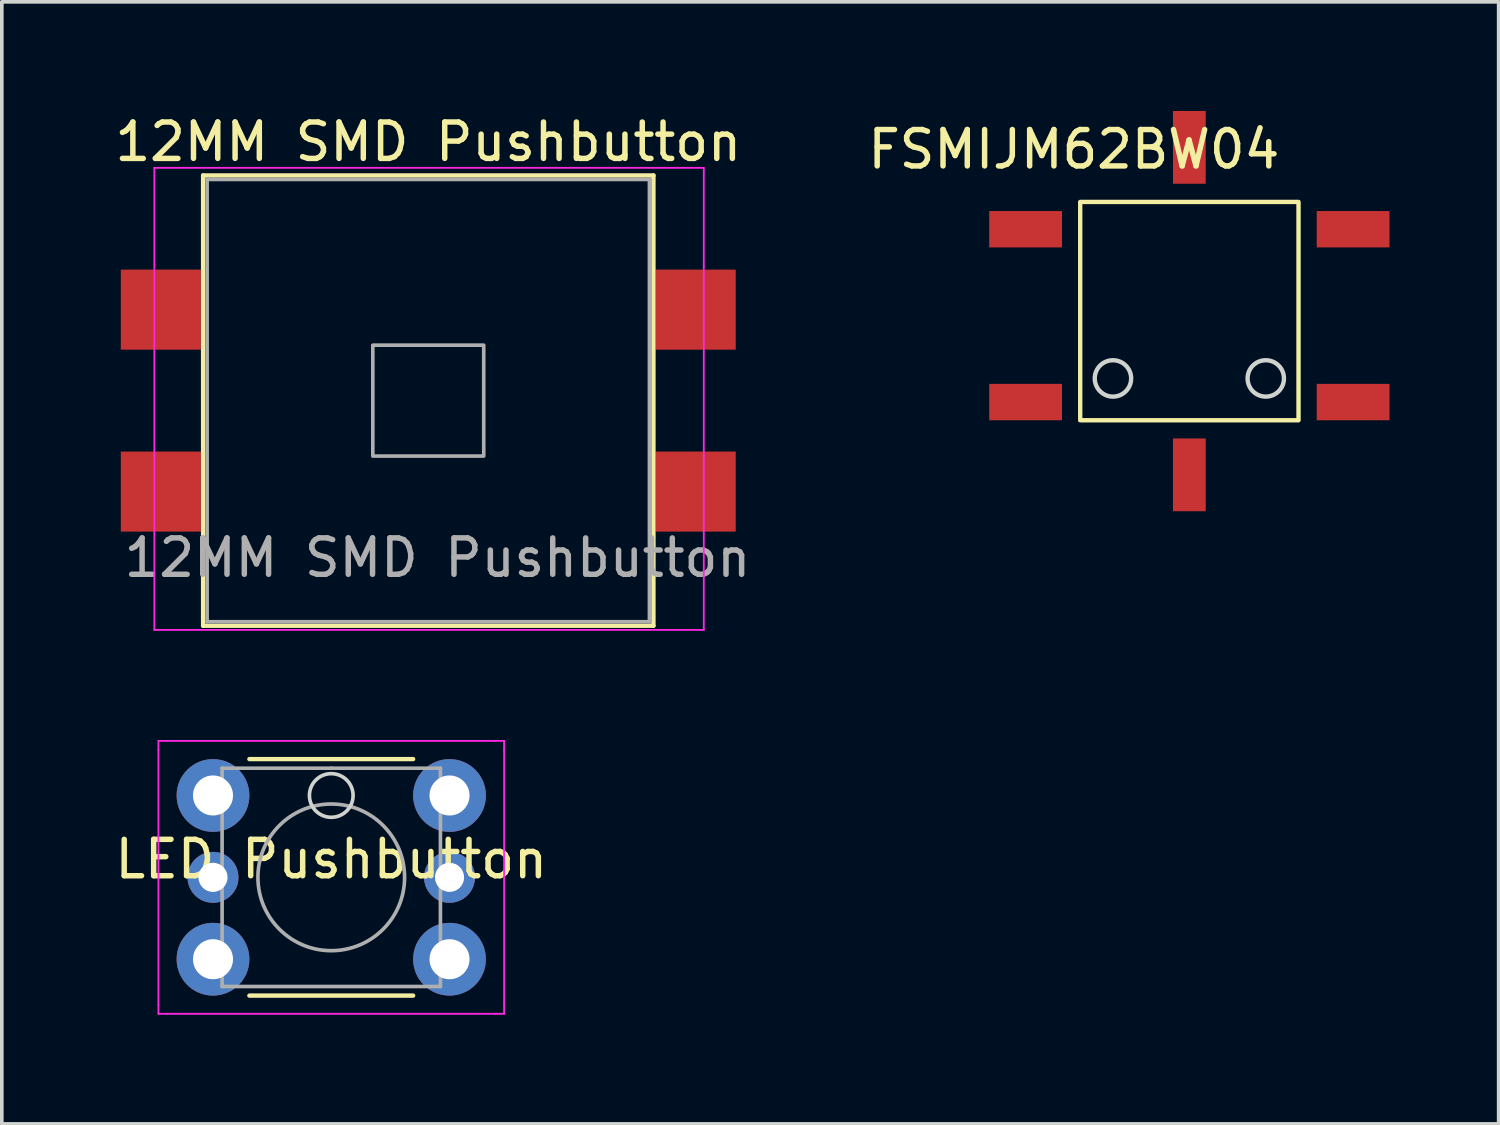
<source format=kicad_pcb>
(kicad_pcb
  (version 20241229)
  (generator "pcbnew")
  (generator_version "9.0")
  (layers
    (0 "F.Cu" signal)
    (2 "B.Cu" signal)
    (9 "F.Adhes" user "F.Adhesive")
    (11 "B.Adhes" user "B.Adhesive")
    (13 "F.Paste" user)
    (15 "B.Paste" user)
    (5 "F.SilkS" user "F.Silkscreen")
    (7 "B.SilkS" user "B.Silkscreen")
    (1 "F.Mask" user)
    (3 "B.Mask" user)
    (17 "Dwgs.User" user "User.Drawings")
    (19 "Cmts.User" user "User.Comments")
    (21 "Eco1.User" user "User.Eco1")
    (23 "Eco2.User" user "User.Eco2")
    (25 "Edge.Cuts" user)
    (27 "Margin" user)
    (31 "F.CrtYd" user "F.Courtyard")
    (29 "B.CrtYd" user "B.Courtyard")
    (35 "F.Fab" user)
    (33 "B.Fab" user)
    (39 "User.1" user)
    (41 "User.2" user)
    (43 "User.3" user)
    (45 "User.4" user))
  (footprint "LED Pushbutton"
    (layer "F.Cu")
    (at 6.054 21.062)
    (property "Reference" "LED Pushbutton" (at 0 -0.5 0) (unlocked yes) (layer "F.SilkS") (effects (font (size 1 1) (thickness 0.15))))
    (attr smd)
    (fp_line (start -2.25 3.25) (end 2.25 3.25) (stroke (width 0.12) (type solid)) (layer "F.SilkS"))
    (fp_line (start 2.25 -3.25) (end -2.25 -3.25) (stroke (width 0.12) (type solid)) (layer "F.SilkS"))
    (fp_circle (center 0 -2.25) (end 0.6 -2.25) (stroke (width 0.1) (type solid)) (fill no) (layer "Edge.Cuts"))
    (fp_line (start -4.75 -3.75) (end -4.5 -3.75) (stroke (width 0.05) (type solid)) (layer "F.CrtYd"))
    (fp_line (start -4.75 -3.5) (end -4.75 -3.75) (stroke (width 0.05) (type solid)) (layer "F.CrtYd"))
    (fp_line (start -4.75 3.5) (end -4.75 -3.5) (stroke (width 0.05) (type solid)) (layer "F.CrtYd"))
    (fp_line (start -4.75 3.5) (end -4.75 3.75) (stroke (width 0.05) (type solid)) (layer "F.CrtYd"))
    (fp_line (start -4.75 3.75) (end -4.5 3.75) (stroke (width 0.05) (type solid)) (layer "F.CrtYd"))
    (fp_line (start -4.5 -3.75) (end 4.5 -3.75) (stroke (width 0.05) (type solid)) (layer "F.CrtYd"))
    (fp_line (start 4.5 -3.75) (end 4.75 -3.75) (stroke (width 0.05) (type solid)) (layer "F.CrtYd"))
    (fp_line (start 4.5 3.75) (end -4.5 3.75) (stroke (width 0.05) (type solid)) (layer "F.CrtYd"))
    (fp_line (start 4.5 3.75) (end 4.75 3.75) (stroke (width 0.05) (type solid)) (layer "F.CrtYd"))
    (fp_line (start 4.75 -3.75) (end 4.75 -3.5) (stroke (width 0.05) (type solid)) (layer "F.CrtYd"))
    (fp_line (start 4.75 -3.5) (end 4.75 3.5) (stroke (width 0.05) (type solid)) (layer "F.CrtYd"))
    (fp_line (start 4.75 3.75) (end 4.75 3.5) (stroke (width 0.05) (type solid)) (layer "F.CrtYd"))
    (fp_line (start -3 -3) (end 0 -3) (stroke (width 0.1) (type solid)) (layer "F.Fab"))
    (fp_line (start -3 3) (end -3 -3) (stroke (width 0.1) (type solid)) (layer "F.Fab"))
    (fp_line (start 0 -3) (end 3 -3) (stroke (width 0.1) (type solid)) (layer "F.Fab"))
    (fp_line (start 3 -3) (end 3 3) (stroke (width 0.1) (type solid)) (layer "F.Fab"))
    (fp_line (start 3 3) (end -3 3) (stroke (width 0.1) (type solid)) (layer "F.Fab"))
    (fp_circle (center 0 0) (end -2 0.25) (stroke (width 0.1) (type solid)) (fill no) (layer "F.Fab"))
    (pad "1" thru_hole circle (at -3.25 -2.25 90) (size 2 2) (drill 1.1) (layers "*.Cu" "*.Mask"))
    (pad "1" thru_hole circle (at 3.25 -2.25 90) (size 2 2) (drill 1.1) (layers "*.Cu" "*.Mask"))
    (pad "2" thru_hole circle (at -3.25 2.25 90) (size 2 2) (drill 1.1) (layers "*.Cu" "*.Mask"))
    (pad "2" thru_hole circle (at 3.25 2.25 90) (size 2 2) (drill 1.1) (layers "*.Cu" "*.Mask"))
    (pad "3" thru_hole circle (at 3.25 0 90) (size 1.4 1.4) (drill 0.8) (layers "*.Cu" "*.Mask"))
    (pad "4" thru_hole circle (at -3.25 0 90) (size 1.4 1.4) (drill 0.8) (layers "*.Cu" "*.Mask")))
  (footprint "12MM SMD Pushbutton"
    (layer "F.Cu")
    (at 8.72 7.96)
    (property "Reference" "12MM SMD Pushbutton" (at 0 -7.112 0) (unlocked yes) (layer "F.SilkS") (effects (font (size 1 1) (thickness 0.15))))
    (attr smd)
    (fp_line (start -6.188 -6.188) (end -6.188 6.188) (stroke (width 0.12) (type solid)) (layer "F.SilkS"))
    (fp_line (start -6.188 6.188) (end 6.188 6.188) (stroke (width 0.12) (type solid)) (layer "F.SilkS"))
    (fp_line (start 6.188 -6.188) (end -6.188 -6.188) (stroke (width 0.12) (type solid)) (layer "F.SilkS"))
    (fp_line (start 6.188 6.188) (end 6.188 -6.188) (stroke (width 0.12) (type solid)) (layer "F.SilkS"))
    (fp_line (start -7.528 -6.398) (end 7.572 -6.398) (stroke (width 0.05) (type solid)) (layer "F.CrtYd"))
    (fp_line (start -7.528 6.302) (end -7.528 -6.398) (stroke (width 0.05) (type solid)) (layer "F.CrtYd"))
    (fp_line (start 7.572 -6.398) (end 7.572 6.302) (stroke (width 0.05) (type solid)) (layer "F.CrtYd"))
    (fp_line (start 7.572 6.302) (end -7.528 6.302) (stroke (width 0.05) (type solid)) (layer "F.CrtYd"))
    (fp_line (start -6.078 -6.078) (end 6.078 -6.078) (stroke (width 0.1) (type solid)) (layer "F.Fab"))
    (fp_line (start -6.078 6.078) (end -6.078 -6.078) (stroke (width 0.1) (type solid)) (layer "F.Fab"))
    (fp_line (start 6.078 -6.078) (end 6.078 6.078) (stroke (width 0.1) (type solid)) (layer "F.Fab"))
    (fp_line (start 6.078 6.078) (end -6.078 6.078) (stroke (width 0.1) (type solid)) (layer "F.Fab"))
    (fp_rect (start -1.524 -1.524) (end 1.524 1.524) (stroke (width 0.1) (type solid)) (fill no) (layer "F.Fab"))
    (fp_text user "${REFERENCE}" (at 0.254 4.318 0) (layer "F.Fab") (effects (font (size 1 1) (thickness 0.15))))
    (pad "1" smd rect (at -7.35 -2.5) (size 2.2 2.2) (layers "F.Cu" "F.Mask" "F.Paste"))
    (pad "1" smd rect (at 7.35 -2.5) (size 2.2 2.2) (layers "F.Cu" "F.Mask" "F.Paste"))
    (pad "2" smd rect (at -7.35 2.5) (size 2.2 2.2) (layers "F.Cu" "F.Mask" "F.Paste"))
    (pad "2" smd rect (at 7.35 2.5) (size 2.2 2.2) (layers "F.Cu" "F.Mask" "F.Paste")))
  (footprint "FSMIJM62BW04"
    (layer "F.Cu")
    (at 29.637 5.5)
    (property "Reference" "FSMIJM62BW04" (at -3.175 -4.445 0) (unlocked yes) (layer "F.SilkS") (effects (font (size 1 1) (thickness 0.15))))
    (attr smd)
    (fp_rect (start -3 -3) (end 3 3) (stroke (width 0.12) (type solid)) (fill no) (layer "F.SilkS"))
    (fp_circle (center -2.1 1.85) (end -1.6 1.85) (stroke (width 0.12) (type solid)) (fill no) (layer "Edge.Cuts"))
    (fp_circle (center 2.1 1.85) (end 2.6 1.85) (stroke (width 0.12) (type solid)) (fill no) (layer "Edge.Cuts"))
    (pad "1" smd rect (at -4.5 -2.25) (size 2 1) (layers "F.Cu" "F.Mask" "F.Paste"))
    (pad "1" smd rect (at 4.5 -2.25) (size 2 1) (layers "F.Cu" "F.Mask" "F.Paste"))
    (pad "2" smd rect (at -4.5 2.5) (size 2 1) (layers "F.Cu" "F.Mask" "F.Paste"))
    (pad "2" smd rect (at 4.5 2.5) (size 2 1) (layers "F.Cu" "F.Mask" "F.Paste"))
    (pad "3" smd rect (at 0 4.5) (size 0.9 2) (layers "F.Cu" "F.Mask" "F.Paste"))
    (pad "4" smd rect (at 0 -4.5) (size 0.9 2) (layers "F.Cu" "F.Mask" "F.Paste")))
  (gr_rect
    (start -3 -3)
    (end 38.137 27.837)
    (stroke (width 0.1) (type default))
    (fill no)
    (layer "Edge.Cuts")))
</source>
